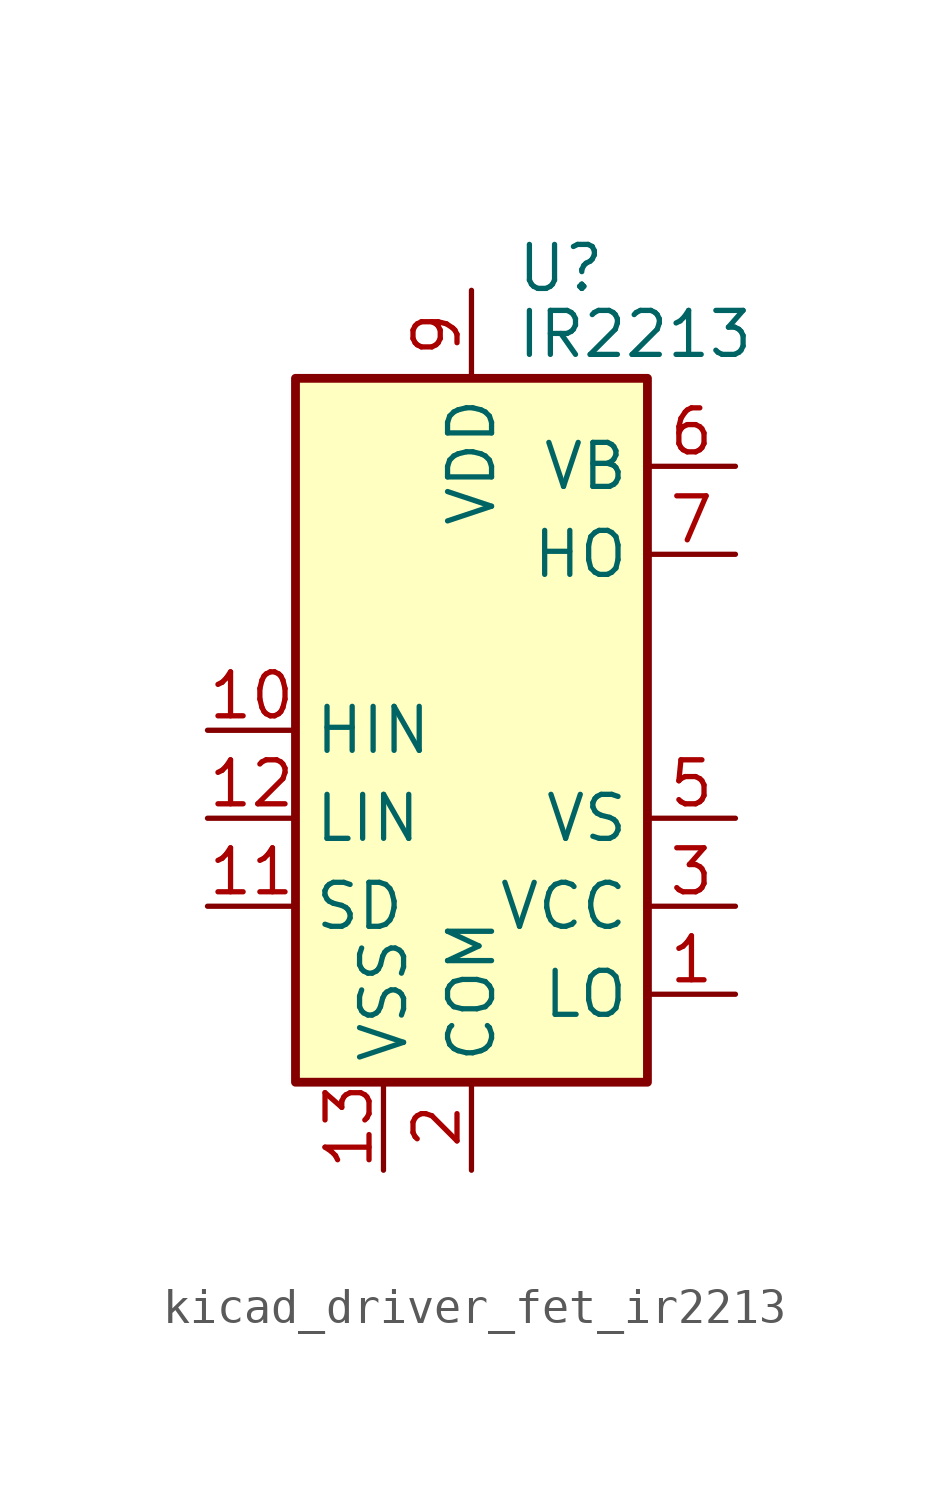
<source format=kicad_sym>
(kicad_symbol_lib
  (version 20220914)
  (generator kicad_symbol_editor)
  (symbol "kicad_driver_fet_ir2213"
    (property "Reference" "U"
      (at 1.27 13.335 0)
      (effects (font (size 1.27 1.27)) (justify left)))
    (property "Value" "IR2213"
      (at 1.27 11.43 0)
      (effects (font (size 1.27 1.27)) (justify left)))
    (symbol "kicad_driver_fet_ir2213_0_1"
      (rectangle (start -5.08 -10.16) (end 5.08 10.16) (stroke (width 0.254) (type default)) (fill (type background))))
    (symbol "kicad_driver_fet_ir2213_1_1"
      (pin output line (at 7.62 -7.62 180) (length 2.54) (name "LO" (effects (font (size 1.27 1.27)))) (number "1" (effects (font (size 1.27 1.27)))))
      (pin input line (at -7.62 0 0) (length 2.54) (name "HIN" (effects (font (size 1.27 1.27)))) (number "10" (effects (font (size 1.27 1.27)))))
      (pin input line (at -7.62 -5.08 0) (length 2.54) (name "SD" (effects (font (size 1.27 1.27)))) (number "11" (effects (font (size 1.27 1.27)))))
      (pin input line (at -7.62 -2.54 0) (length 2.54) (name "LIN" (effects (font (size 1.27 1.27)))) (number "12" (effects (font (size 1.27 1.27)))))
      (pin power_in line (at -2.54 -12.7 90) (length 2.54) (name "VSS" (effects (font (size 1.27 1.27)))) (number "13" (effects (font (size 1.27 1.27)))))
      (pin no_connect line (at -5.08 2.54 0) (length 2.54) hide (name "NC" (effects (font (size 1.27 1.27)))) (number "14" (effects (font (size 1.27 1.27)))))
      (pin power_in line (at 0 -12.7 90) (length 2.54) (name "COM" (effects (font (size 1.27 1.27)))) (number "2" (effects (font (size 1.27 1.27)))))
      (pin power_in line (at 7.62 -5.08 180) (length 2.54) (name "VCC" (effects (font (size 1.27 1.27)))) (number "3" (effects (font (size 1.27 1.27)))))
      (pin no_connect line (at -5.08 7.62 0) (length 2.54) hide (name "NC" (effects (font (size 1.27 1.27)))) (number "4" (effects (font (size 1.27 1.27)))))
      (pin passive line (at 7.62 -2.54 180) (length 2.54) (name "VS" (effects (font (size 1.27 1.27)))) (number "5" (effects (font (size 1.27 1.27)))))
      (pin passive line (at 7.62 7.62 180) (length 2.54) (name "VB" (effects (font (size 1.27 1.27)))) (number "6" (effects (font (size 1.27 1.27)))))
      (pin output line (at 7.62 5.08 180) (length 2.54) (name "HO" (effects (font (size 1.27 1.27)))) (number "7" (effects (font (size 1.27 1.27)))))
      (pin no_connect line (at -5.08 5.08 0) (length 2.54) hide (name "NC" (effects (font (size 1.27 1.27)))) (number "8" (effects (font (size 1.27 1.27)))))
      (pin power_in line (at 0 12.7 270) (length 2.54) (name "VDD" (effects (font (size 1.27 1.27)))) (number "9" (effects (font (size 1.27 1.27))))))))
</source>
